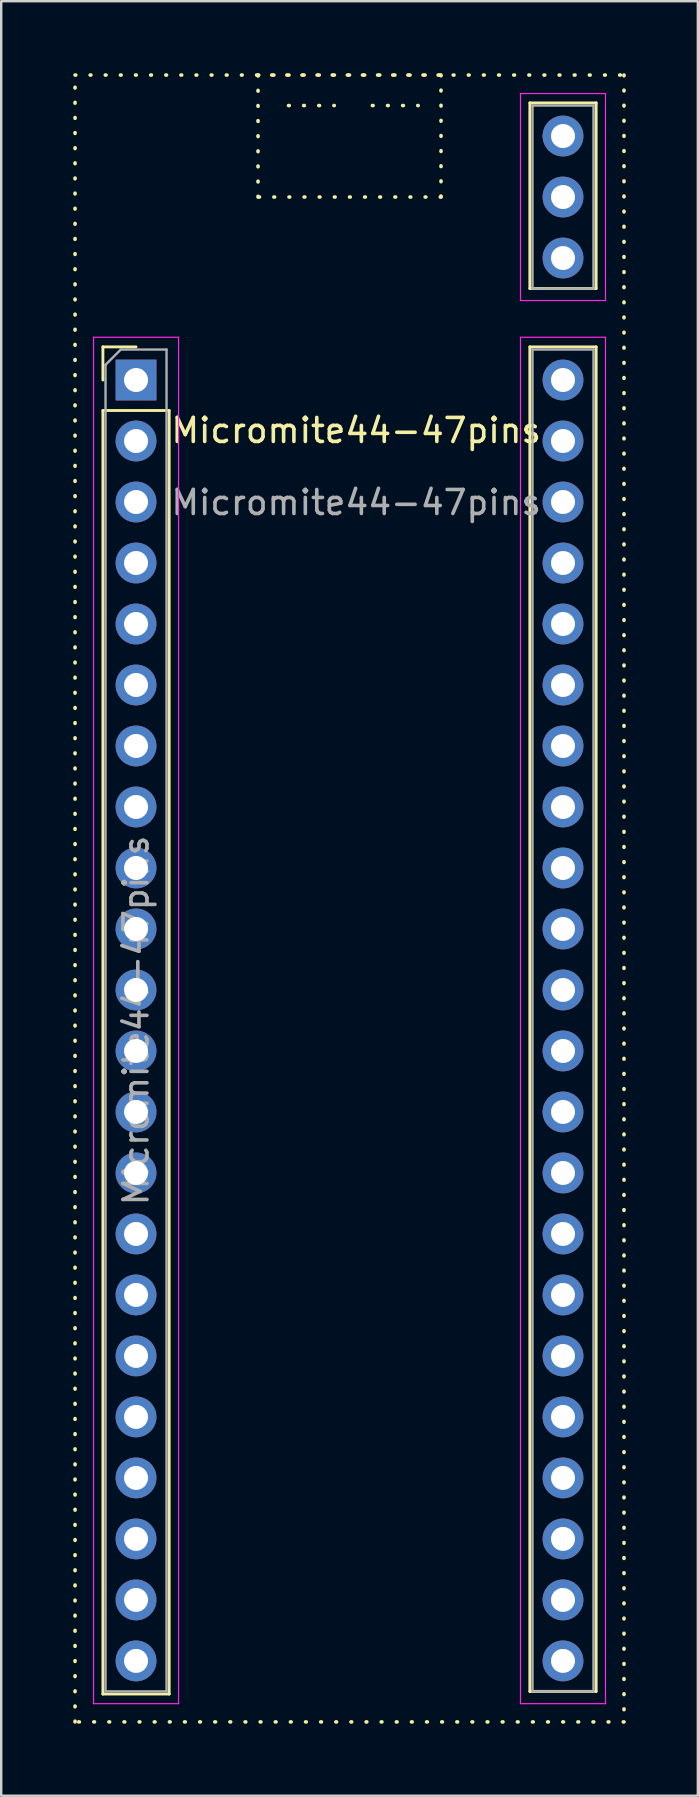
<source format=kicad_pcb>
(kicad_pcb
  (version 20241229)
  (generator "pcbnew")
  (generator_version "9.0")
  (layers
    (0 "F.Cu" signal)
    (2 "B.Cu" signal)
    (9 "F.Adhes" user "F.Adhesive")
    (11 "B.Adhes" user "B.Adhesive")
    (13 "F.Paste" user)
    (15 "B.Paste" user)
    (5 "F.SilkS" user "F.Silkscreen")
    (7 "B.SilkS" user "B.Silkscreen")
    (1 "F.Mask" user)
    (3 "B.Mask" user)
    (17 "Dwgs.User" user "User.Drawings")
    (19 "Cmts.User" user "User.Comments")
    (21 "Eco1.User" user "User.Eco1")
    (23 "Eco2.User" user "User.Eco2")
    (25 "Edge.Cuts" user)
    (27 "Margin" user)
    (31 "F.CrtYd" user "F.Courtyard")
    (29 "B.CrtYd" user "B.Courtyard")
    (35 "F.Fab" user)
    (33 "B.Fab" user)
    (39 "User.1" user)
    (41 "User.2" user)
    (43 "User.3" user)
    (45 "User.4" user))
  (footprint "Micromite44-47pins"
    (layer "F.Cu")
    (at 2.615 12.775)
    (property "Reference" "Micromite44-47pins" (at 9.169 2.102 0) (unlocked yes) (layer "F.SilkS") (effects (font (size 1 1) (thickness 0.15))))
    (fp_line (start -1.38 -1.38) (end 0 -1.38) (stroke (width 0.12) (type solid)) (layer "F.SilkS"))
    (fp_line (start -1.38 0) (end -1.38 -1.38) (stroke (width 0.12) (type solid)) (layer "F.SilkS"))
    (fp_line (start -1.38 1.27) (end -1.38 54.72) (stroke (width 0.12) (type solid)) (layer "F.SilkS"))
    (fp_line (start -1.38 1.27) (end 1.38 1.27) (stroke (width 0.12) (type solid)) (layer "F.SilkS"))
    (fp_line (start -1.38 54.72) (end 1.38 54.72) (stroke (width 0.12) (type solid)) (layer "F.SilkS"))
    (fp_line (start 1.38 1.27) (end 1.38 54.72) (stroke (width 0.12) (type solid)) (layer "F.SilkS"))
    (fp_line (start 6.35 -11.43) (end 8.255 -11.43) (stroke (width 0.15) (type dot)) (layer "F.SilkS"))
    (fp_line (start 9.842 -11.43) (end 11.748 -11.43) (stroke (width 0.15) (type dot)) (layer "F.SilkS"))
    (fp_line (start 16.4 -3.81) (end 16.4 -11.54) (stroke (width 0.12) (type solid)) (layer "F.SilkS"))
    (fp_line (start 16.4 54.61) (end 16.4 -1.38) (stroke (width 0.12) (type solid)) (layer "F.SilkS"))
    (fp_line (start 19.16 -11.54) (end 16.4 -11.54) (stroke (width 0.12) (type solid)) (layer "F.SilkS"))
    (fp_line (start 19.16 -3.81) (end 16.4 -3.81) (stroke (width 0.12) (type solid)) (layer "F.SilkS"))
    (fp_line (start 19.16 -3.81) (end 19.16 -11.54) (stroke (width 0.12) (type solid)) (layer "F.SilkS"))
    (fp_line (start 19.16 -1.38) (end 16.4 -1.38) (stroke (width 0.12) (type solid)) (layer "F.SilkS"))
    (fp_line (start 19.16 54.61) (end 16.4 54.61) (stroke (width 0.12) (type solid)) (layer "F.SilkS"))
    (fp_line (start 19.16 54.61) (end 19.16 -1.38) (stroke (width 0.12) (type solid)) (layer "F.SilkS"))
    (fp_rect (start -2.54 -12.7) (end 20.32 55.88) (stroke (width 0.15) (type dot)) (fill no) (layer "F.SilkS"))
    (fp_rect (start 5.08 -12.7) (end 12.7 -7.62) (stroke (width 0.15) (type dot)) (fill no) (layer "F.SilkS"))
    (fp_line (start -1.77 -1.78) (end -1.77 55.12) (stroke (width 0.05) (type solid)) (layer "F.CrtYd"))
    (fp_line (start -1.77 55.12) (end 1.77 55.12) (stroke (width 0.05) (type solid)) (layer "F.CrtYd"))
    (fp_line (start 1.77 -1.78) (end -1.77 -1.78) (stroke (width 0.05) (type solid)) (layer "F.CrtYd"))
    (fp_line (start 1.77 55.12) (end 1.77 -1.78) (stroke (width 0.05) (type solid)) (layer "F.CrtYd"))
    (fp_line (start 16.01 -11.93) (end 16.01 -3.31) (stroke (width 0.05) (type solid)) (layer "F.CrtYd"))
    (fp_line (start 16.01 -3.31) (end 19.55 -3.31) (stroke (width 0.05) (type solid)) (layer "F.CrtYd"))
    (fp_line (start 16.01 -1.78) (end 16.01 55.12) (stroke (width 0.05) (type solid)) (layer "F.CrtYd"))
    (fp_line (start 16.01 55.12) (end 19.55 55.12) (stroke (width 0.05) (type solid)) (layer "F.CrtYd"))
    (fp_line (start 19.55 -11.93) (end 16.01 -11.93) (stroke (width 0.05) (type solid)) (layer "F.CrtYd"))
    (fp_line (start 19.55 -3.31) (end 19.55 -11.93) (stroke (width 0.05) (type solid)) (layer "F.CrtYd"))
    (fp_line (start 19.55 -1.78) (end 16.01 -1.78) (stroke (width 0.05) (type solid)) (layer "F.CrtYd"))
    (fp_line (start 19.55 55.12) (end 19.55 -1.78) (stroke (width 0.05) (type solid)) (layer "F.CrtYd"))
    (fp_line (start -1.27 -0.635) (end -0.635 -1.27) (stroke (width 0.1) (type solid)) (layer "F.Fab"))
    (fp_line (start -1.27 54.61) (end -1.27 -0.635) (stroke (width 0.1) (type solid)) (layer "F.Fab"))
    (fp_line (start -0.635 -1.27) (end 1.27 -1.27) (stroke (width 0.1) (type solid)) (layer "F.Fab"))
    (fp_line (start 1.27 -1.27) (end 1.27 54.61) (stroke (width 0.1) (type solid)) (layer "F.Fab"))
    (fp_line (start 1.27 54.61) (end -1.27 54.61) (stroke (width 0.1) (type solid)) (layer "F.Fab"))
    (fp_line (start 16.51 -11.43) (end 19.05 -11.43) (stroke (width 0.1) (type solid)) (layer "F.Fab"))
    (fp_line (start 16.51 -3.81) (end 16.51 -11.43) (stroke (width 0.1) (type solid)) (layer "F.Fab"))
    (fp_line (start 16.51 -1.27) (end 19.05 -1.27) (stroke (width 0.1) (type solid)) (layer "F.Fab"))
    (fp_line (start 16.51 54.61) (end 16.51 -1.27) (stroke (width 0.1) (type solid)) (layer "F.Fab"))
    (fp_line (start 19.05 -11.43) (end 19.05 -3.81) (stroke (width 0.1) (type solid)) (layer "F.Fab"))
    (fp_line (start 19.05 -3.81) (end 16.51 -3.81) (stroke (width 0.1) (type solid)) (layer "F.Fab"))
    (fp_line (start 19.05 -1.27) (end 19.05 54.61) (stroke (width 0.1) (type solid)) (layer "F.Fab"))
    (fp_line (start 19.05 54.61) (end 16.51 54.61) (stroke (width 0.1) (type solid)) (layer "F.Fab"))
    (fp_text user "${REFERENCE}" (at 0 26.67 90) (layer "F.Fab") (effects (font (size 1 1) (thickness 0.15))))
    (fp_text user "${REFERENCE}" (at 9.169 5.102 0) (unlocked yes) (layer "F.Fab") (effects (font (size 1 1) (thickness 0.15))))
    (pad "1" thru_hole rect (at 0 0) (size 1.7 1.7) (drill 1) (layers "*.Cu" "*.Mask"))
    (pad "2" thru_hole circle (at 0 2.54) (size 1.7 1.7) (drill 1) (layers "*.Cu" "*.Mask"))
    (pad "3" thru_hole circle (at 0 5.08) (size 1.7 1.7) (drill 1) (layers "*.Cu" "*.Mask"))
    (pad "4" thru_hole circle (at 0 7.62) (size 1.7 1.7) (drill 1) (layers "*.Cu" "*.Mask"))
    (pad "5" thru_hole circle (at 0 10.16) (size 1.7 1.7) (drill 1) (layers "*.Cu" "*.Mask"))
    (pad "6" thru_hole circle (at 0 12.7) (size 1.7 1.7) (drill 1) (layers "*.Cu" "*.Mask"))
    (pad "7" thru_hole circle (at 0 15.24) (size 1.7 1.7) (drill 1) (layers "*.Cu" "*.Mask"))
    (pad "8" thru_hole circle (at 0 17.78) (size 1.7 1.7) (drill 1) (layers "*.Cu" "*.Mask"))
    (pad "9" thru_hole circle (at 0 20.32) (size 1.7 1.7) (drill 1) (layers "*.Cu" "*.Mask"))
    (pad "10" thru_hole circle (at 0 22.86) (size 1.7 1.7) (drill 1) (layers "*.Cu" "*.Mask"))
    (pad "11" thru_hole circle (at 0 25.4) (size 1.7 1.7) (drill 1) (layers "*.Cu" "*.Mask"))
    (pad "12" thru_hole circle (at 0 27.94) (size 1.7 1.7) (drill 1) (layers "*.Cu" "*.Mask"))
    (pad "13" thru_hole circle (at 0 30.48) (size 1.7 1.7) (drill 1) (layers "*.Cu" "*.Mask"))
    (pad "14" thru_hole circle (at 0 33.02) (size 1.7 1.7) (drill 1) (layers "*.Cu" "*.Mask"))
    (pad "15" thru_hole circle (at 0 35.56) (size 1.7 1.7) (drill 1) (layers "*.Cu" "*.Mask"))
    (pad "16" thru_hole circle (at 0 38.1) (size 1.7 1.7) (drill 1) (layers "*.Cu" "*.Mask"))
    (pad "17" thru_hole circle (at 0 40.64) (size 1.7 1.7) (drill 1) (layers "*.Cu" "*.Mask"))
    (pad "18" thru_hole circle (at 0 43.18) (size 1.7 1.7) (drill 1) (layers "*.Cu" "*.Mask"))
    (pad "19" thru_hole circle (at 0 45.72) (size 1.7 1.7) (drill 1) (layers "*.Cu" "*.Mask"))
    (pad "20" thru_hole circle (at 0 48.26) (size 1.7 1.7) (drill 1) (layers "*.Cu" "*.Mask"))
    (pad "21" thru_hole circle (at 0 50.8) (size 1.7 1.7) (drill 1) (layers "*.Cu" "*.Mask"))
    (pad "22" thru_hole circle (at 0 53.34) (size 1.7 1.7) (drill 1) (layers "*.Cu" "*.Mask"))
    (pad "23" thru_hole circle (at 17.78 53.34 180) (size 1.7 1.7) (drill 1) (layers "*.Cu" "*.Mask"))
    (pad "24" thru_hole circle (at 17.78 50.8 180) (size 1.7 1.7) (drill 1) (layers "*.Cu" "*.Mask"))
    (pad "25" thru_hole circle (at 17.78 48.26 180) (size 1.7 1.7) (drill 1) (layers "*.Cu" "*.Mask"))
    (pad "26" thru_hole circle (at 17.78 45.72 180) (size 1.7 1.7) (drill 1) (layers "*.Cu" "*.Mask"))
    (pad "27" thru_hole circle (at 17.78 43.18 180) (size 1.7 1.7) (drill 1) (layers "*.Cu" "*.Mask"))
    (pad "28" thru_hole circle (at 17.78 40.64 180) (size 1.7 1.7) (drill 1) (layers "*.Cu" "*.Mask"))
    (pad "29" thru_hole circle (at 17.78 38.1 180) (size 1.7 1.7) (drill 1) (layers "*.Cu" "*.Mask"))
    (pad "30" thru_hole circle (at 17.78 35.56 180) (size 1.7 1.7) (drill 1) (layers "*.Cu" "*.Mask"))
    (pad "31" thru_hole circle (at 17.78 33.02 180) (size 1.7 1.7) (drill 1) (layers "*.Cu" "*.Mask"))
    (pad "32" thru_hole circle (at 17.78 30.48 180) (size 1.7 1.7) (drill 1) (layers "*.Cu" "*.Mask"))
    (pad "33" thru_hole circle (at 17.78 27.94 180) (size 1.7 1.7) (drill 1) (layers "*.Cu" "*.Mask"))
    (pad "34" thru_hole circle (at 17.78 25.4 180) (size 1.7 1.7) (drill 1) (layers "*.Cu" "*.Mask"))
    (pad "35" thru_hole circle (at 17.78 22.86 180) (size 1.7 1.7) (drill 1) (layers "*.Cu" "*.Mask"))
    (pad "36" thru_hole circle (at 17.78 20.32 180) (size 1.7 1.7) (drill 1) (layers "*.Cu" "*.Mask"))
    (pad "37" thru_hole circle (at 17.78 17.78 180) (size 1.7 1.7) (drill 1) (layers "*.Cu" "*.Mask"))
    (pad "38" thru_hole circle (at 17.78 15.24 180) (size 1.7 1.7) (drill 1) (layers "*.Cu" "*.Mask"))
    (pad "39" thru_hole circle (at 17.78 12.7 180) (size 1.7 1.7) (drill 1) (layers "*.Cu" "*.Mask"))
    (pad "40" thru_hole circle (at 17.78 10.16 180) (size 1.7 1.7) (drill 1) (layers "*.Cu" "*.Mask"))
    (pad "41" thru_hole circle (at 17.78 7.62 180) (size 1.7 1.7) (drill 1) (layers "*.Cu" "*.Mask"))
    (pad "42" thru_hole circle (at 17.78 5.08 180) (size 1.7 1.7) (drill 1) (layers "*.Cu" "*.Mask"))
    (pad "43" thru_hole circle (at 17.78 2.54 180) (size 1.7 1.7) (drill 1) (layers "*.Cu" "*.Mask"))
    (pad "44" thru_hole circle (at 17.78 0 180) (size 1.7 1.7) (drill 1) (layers "*.Cu" "*.Mask"))
    (pad "45" thru_hole circle (at 17.78 -5.08 180) (size 1.7 1.7) (drill 1) (layers "*.Cu" "*.Mask"))
    (pad "46" thru_hole circle (at 17.78 -7.62 180) (size 1.7 1.7) (drill 1) (layers "*.Cu" "*.Mask"))
    (pad "47" thru_hole circle (at 17.78 -10.16 180) (size 1.7 1.7) (drill 1) (layers "*.Cu" "*.Mask")))
  (gr_rect
    (start -3 -3)
    (end 26.01 71.73)
    (stroke (width 0.1) (type default))
    (fill no)
    (layer "Edge.Cuts")))
</source>
